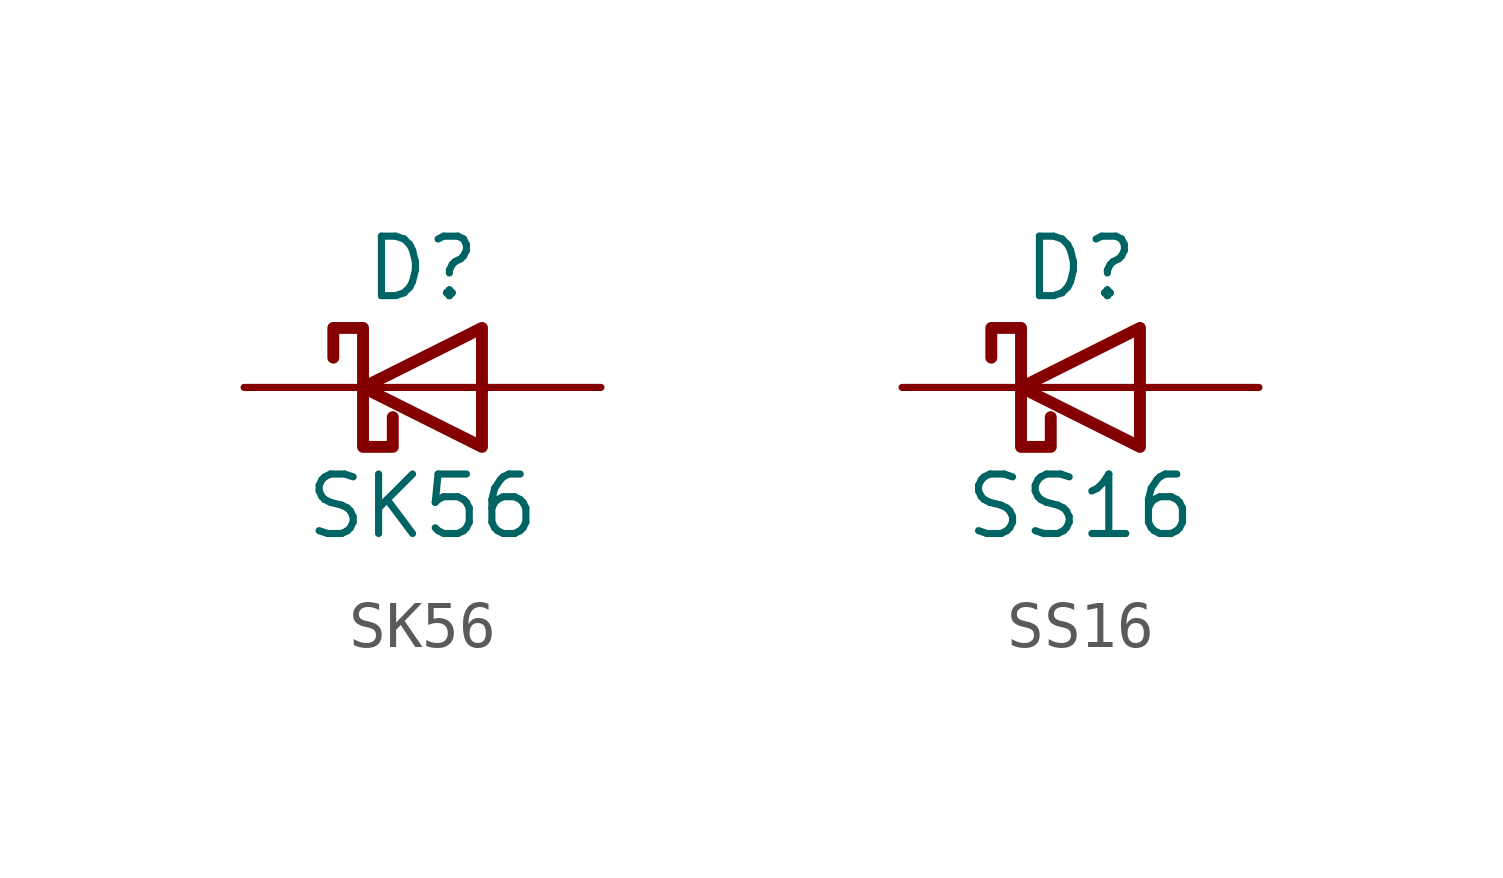
<source format=kicad_sym>
(kicad_symbol_lib
  (version 20241209)
  (generator "kicad_symbol_editor")
  (generator_version "9.0")
  (symbol "SK56"
    (pin_numbers
      (hide yes))
    (pin_names
      (offset 1.016)
      (hide yes))
    (property "Reference" "D"
      (at 0 2.54 0)
      (effects (font (size 1.27 1.27))))
    (property "Value" "SK56"
      (at 0 -2.54 0)
      (effects (font (size 1.27 1.27))))
    (symbol "SK56_0_1"
      (polyline (pts (xy -1.905 0.635) (xy -1.905 1.27) (xy -1.27 1.27) (xy -1.27 -1.27) (xy -0.635 -1.27) (xy -0.635 -0.635)) (stroke (width 0.254) (type default)) (fill (type none)))
      (polyline (pts (xy 1.27 1.27) (xy 1.27 -1.27) (xy -1.27 0) (xy 1.27 1.27)) (stroke (width 0.254) (type default)) (fill (type none)))
      (polyline (pts (xy 1.27 0) (xy -1.27 0)) (stroke (width 0) (type default)) (fill (type none))))
    (symbol "SK56_1_1"
      (pin passive line (at -3.81 0 0) (length 2.54) (name "K" (effects (font (size 1.27 1.27)))) (number "1" (effects (font (size 1.27 1.27)))))
      (pin passive line (at 3.81 0 180) (length 2.54) (name "A" (effects (font (size 1.27 1.27)))) (number "2" (effects (font (size 1.27 1.27)))))))
  (symbol "SS16"
    (pin_numbers
      (hide yes))
    (pin_names
      (offset 1.016)
      (hide yes))
    (property "Reference" "D"
      (at 0 2.54 0)
      (effects (font (size 1.27 1.27))))
    (property "Value" "SS16"
      (at 0 -2.54 0)
      (effects (font (size 1.27 1.27))))
    (symbol "SS16_0_1"
      (polyline (pts (xy -1.905 0.635) (xy -1.905 1.27) (xy -1.27 1.27) (xy -1.27 -1.27) (xy -0.635 -1.27) (xy -0.635 -0.635)) (stroke (width 0.254) (type default)) (fill (type none)))
      (polyline (pts (xy 1.27 1.27) (xy 1.27 -1.27) (xy -1.27 0) (xy 1.27 1.27)) (stroke (width 0.254) (type default)) (fill (type none)))
      (polyline (pts (xy 1.27 0) (xy -1.27 0)) (stroke (width 0) (type default)) (fill (type none))))
    (symbol "SS16_1_1"
      (pin passive line (at -3.81 0 0) (length 2.54) (name "K" (effects (font (size 1.27 1.27)))) (number "1" (effects (font (size 1.27 1.27)))))
      (pin passive line (at 3.81 0 180) (length 2.54) (name "A" (effects (font (size 1.27 1.27)))) (number "2" (effects (font (size 1.27 1.27))))))))
</source>
